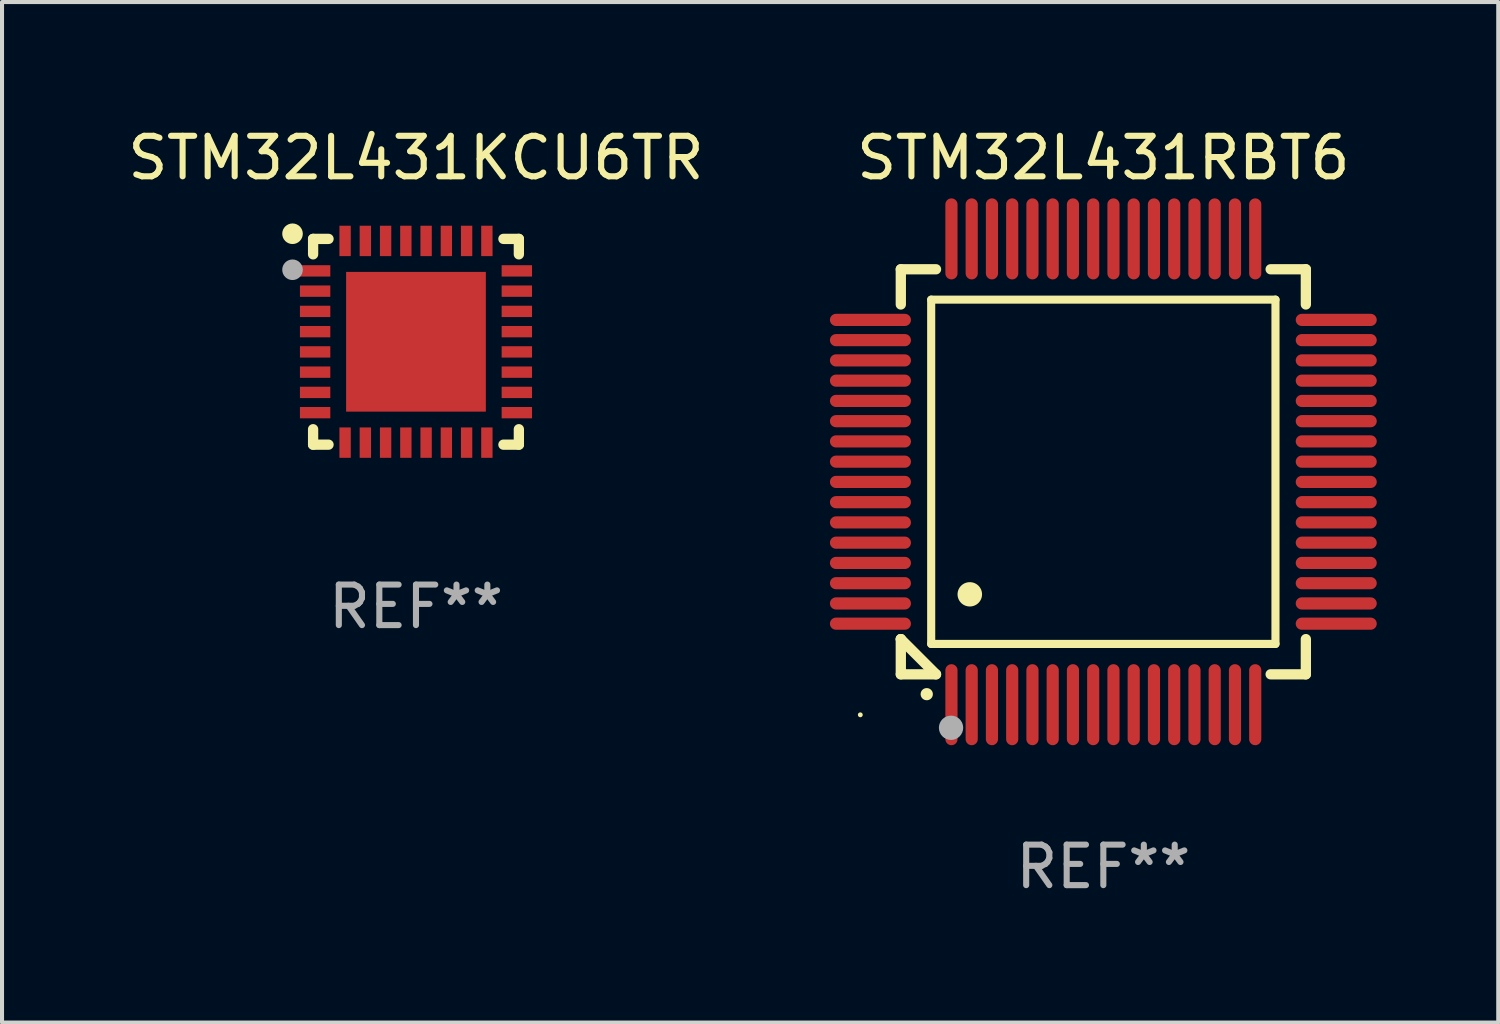
<source format=kicad_pcb>
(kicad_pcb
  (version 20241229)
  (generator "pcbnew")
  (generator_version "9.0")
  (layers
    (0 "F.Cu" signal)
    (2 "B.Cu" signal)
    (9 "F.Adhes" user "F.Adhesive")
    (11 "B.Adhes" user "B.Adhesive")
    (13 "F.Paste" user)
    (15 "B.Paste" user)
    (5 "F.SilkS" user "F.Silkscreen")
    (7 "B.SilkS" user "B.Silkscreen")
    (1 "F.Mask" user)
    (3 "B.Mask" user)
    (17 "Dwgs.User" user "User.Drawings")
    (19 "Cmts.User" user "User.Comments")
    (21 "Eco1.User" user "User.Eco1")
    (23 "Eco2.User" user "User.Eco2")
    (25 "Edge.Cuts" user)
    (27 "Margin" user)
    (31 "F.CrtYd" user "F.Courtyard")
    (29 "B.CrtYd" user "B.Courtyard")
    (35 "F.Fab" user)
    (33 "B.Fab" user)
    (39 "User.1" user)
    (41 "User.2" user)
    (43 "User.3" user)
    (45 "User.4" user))
  (footprint "STM32L431KCU6TR"
    (layer "F.Cu")
    (at 7.22 5.388)
    (property "Reference" "STM32L431KCU6TR" (at 0 -4.54 0) (layer "F.SilkS") (effects (font (size 1 1) (thickness 0.15))))
    (attr through_hole)
    (fp_line (start -2.54 -2.54) (end -2.159 -2.54) (stroke (width 0.254) (type solid)) (layer "F.SilkS"))
    (fp_line (start -2.54 -2.159) (end -2.54 -2.54) (stroke (width 0.254) (type solid)) (layer "F.SilkS"))
    (fp_line (start -2.54 2.54) (end -2.54 2.159) (stroke (width 0.254) (type solid)) (layer "F.SilkS"))
    (fp_line (start -2.159 2.54) (end -2.54 2.54) (stroke (width 0.254) (type solid)) (layer "F.SilkS"))
    (fp_line (start 2.159 -2.54) (end 2.54 -2.54) (stroke (width 0.254) (type solid)) (layer "F.SilkS"))
    (fp_line (start 2.54 -2.54) (end 2.54 -2.159) (stroke (width 0.254) (type solid)) (layer "F.SilkS"))
    (fp_line (start 2.54 2.159) (end 2.54 2.54) (stroke (width 0.254) (type solid)) (layer "F.SilkS"))
    (fp_line (start 2.54 2.54) (end 2.159 2.54) (stroke (width 0.254) (type solid)) (layer "F.SilkS"))
    (fp_circle (center -3.048 -2.667) (end -2.921 -2.667) (stroke (width 0.254) (type solid)) (fill no) (layer "F.SilkS"))
    (fp_circle (center -2.5 -2.5) (end -2.47 -2.5) (stroke (width 0.06) (type solid)) (fill no) (layer "F.SilkS"))
    (fp_circle (center -3.048 -1.778) (end -2.921 -1.778) (stroke (width 0.254) (type solid)) (fill no) (layer "F.Fab"))
    (fp_text user "REF**" (at 0 6.54 0) (layer "F.Fab") (effects (font (size 1 1) (thickness 0.15))))
    (pad "1" smd rect (at -2.49 -1.75) (size 0.75 0.28) (layers "F.Cu" "F.Mask" "F.Paste"))
    (pad "2" smd rect (at -2.49 -1.25) (size 0.75 0.28) (layers "F.Cu" "F.Mask" "F.Paste"))
    (pad "3" smd rect (at -2.49 -0.75) (size 0.75 0.28) (layers "F.Cu" "F.Mask" "F.Paste"))
    (pad "4" smd rect (at -2.49 -0.25) (size 0.75 0.28) (layers "F.Cu" "F.Mask" "F.Paste"))
    (pad "5" smd rect (at -2.49 0.25) (size 0.75 0.28) (layers "F.Cu" "F.Mask" "F.Paste"))
    (pad "6" smd rect (at -2.49 0.75) (size 0.75 0.28) (layers "F.Cu" "F.Mask" "F.Paste"))
    (pad "7" smd rect (at -2.49 1.25) (size 0.75 0.28) (layers "F.Cu" "F.Mask" "F.Paste"))
    (pad "8" smd rect (at -2.49 1.75) (size 0.75 0.28) (layers "F.Cu" "F.Mask" "F.Paste"))
    (pad "9" smd rect (at -1.75 2.49) (size 0.28 0.75) (layers "F.Cu" "F.Mask" "F.Paste"))
    (pad "10" smd rect (at -1.25 2.49) (size 0.28 0.75) (layers "F.Cu" "F.Mask" "F.Paste"))
    (pad "11" smd rect (at -0.75 2.49) (size 0.28 0.75) (layers "F.Cu" "F.Mask" "F.Paste"))
    (pad "12" smd rect (at -0.25 2.49) (size 0.28 0.75) (layers "F.Cu" "F.Mask" "F.Paste"))
    (pad "13" smd rect (at 0.25 2.49) (size 0.28 0.75) (layers "F.Cu" "F.Mask" "F.Paste"))
    (pad "14" smd rect (at 0.75 2.49) (size 0.28 0.75) (layers "F.Cu" "F.Mask" "F.Paste"))
    (pad "15" smd rect (at 1.25 2.49) (size 0.28 0.75) (layers "F.Cu" "F.Mask" "F.Paste"))
    (pad "16" smd rect (at 1.75 2.49) (size 0.28 0.75) (layers "F.Cu" "F.Mask" "F.Paste"))
    (pad "17" smd rect (at 2.49 1.75) (size 0.75 0.28) (layers "F.Cu" "F.Mask" "F.Paste"))
    (pad "18" smd rect (at 2.49 1.25) (size 0.75 0.28) (layers "F.Cu" "F.Mask" "F.Paste"))
    (pad "19" smd rect (at 2.49 0.75) (size 0.75 0.28) (layers "F.Cu" "F.Mask" "F.Paste"))
    (pad "20" smd rect (at 2.49 0.25) (size 0.75 0.28) (layers "F.Cu" "F.Mask" "F.Paste"))
    (pad "21" smd rect (at 2.49 -0.25) (size 0.75 0.28) (layers "F.Cu" "F.Mask" "F.Paste"))
    (pad "22" smd rect (at 2.49 -0.75) (size 0.75 0.28) (layers "F.Cu" "F.Mask" "F.Paste"))
    (pad "23" smd rect (at 2.49 -1.25) (size 0.75 0.28) (layers "F.Cu" "F.Mask" "F.Paste"))
    (pad "24" smd rect (at 2.49 -1.75) (size 0.75 0.28) (layers "F.Cu" "F.Mask" "F.Paste"))
    (pad "25" smd rect (at 1.75 -2.49) (size 0.28 0.75) (layers "F.Cu" "F.Mask" "F.Paste"))
    (pad "26" smd rect (at 1.25 -2.49) (size 0.28 0.75) (layers "F.Cu" "F.Mask" "F.Paste"))
    (pad "27" smd rect (at 0.75 -2.49) (size 0.28 0.75) (layers "F.Cu" "F.Mask" "F.Paste"))
    (pad "28" smd rect (at 0.25 -2.49) (size 0.28 0.75) (layers "F.Cu" "F.Mask" "F.Paste"))
    (pad "29" smd rect (at -0.25 -2.49) (size 0.28 0.75) (layers "F.Cu" "F.Mask" "F.Paste"))
    (pad "30" smd rect (at -0.75 -2.49) (size 0.28 0.75) (layers "F.Cu" "F.Mask" "F.Paste"))
    (pad "31" smd rect (at -1.25 -2.49) (size 0.28 0.75) (layers "F.Cu" "F.Mask" "F.Paste"))
    (pad "32" smd rect (at -1.75 -2.49) (size 0.28 0.75) (layers "F.Cu" "F.Mask" "F.Paste"))
    (pad "33" smd rect (at 0 0) (size 3.45 3.45) (layers "F.Cu" "F.Mask" "F.Paste")))
  (footprint "STM32L431RBT6"
    (layer "F.Cu")
    (at 24.19 8.598)
    (property "Reference" "STM32L431RBT6" (at 0 -7.75 0) (layer "F.SilkS") (effects (font (size 1 1) (thickness 0.15))))
    (attr through_hole)
    (fp_line (start -5 -5) (end -4.131 -5) (stroke (width 0.254) (type solid)) (layer "F.SilkS"))
    (fp_line (start -5 -4.131) (end -5 -5) (stroke (width 0.254) (type solid)) (layer "F.SilkS"))
    (fp_line (start -5 4.131) (end -5 4.131) (stroke (width 0.254) (type solid)) (layer "F.SilkS"))
    (fp_line (start -5 5) (end -5 4.131) (stroke (width 0.254) (type solid)) (layer "F.SilkS"))
    (fp_line (start -5 4.131) (end -4.131 5) (stroke (width 0.254) (type solid)) (layer "F.SilkS"))
    (fp_line (start -4.25 -4.25) (end -4.25 4.25) (stroke (width 0.2) (type solid)) (layer "F.SilkS"))
    (fp_line (start -4.25 4.25) (end 4.25 4.25) (stroke (width 0.2) (type solid)) (layer "F.SilkS"))
    (fp_line (start -4.131 5) (end -5 5) (stroke (width 0.254) (type solid)) (layer "F.SilkS"))
    (fp_line (start 4.25 -4.25) (end -4.25 -4.25) (stroke (width 0.2) (type solid)) (layer "F.SilkS"))
    (fp_line (start 4.25 4.25) (end 4.25 -4.25) (stroke (width 0.2) (type solid)) (layer "F.SilkS"))
    (fp_line (start 5 -5) (end 4.131 -5) (stroke (width 0.254) (type solid)) (layer "F.SilkS"))
    (fp_line (start 5 -5) (end 5 -4.131) (stroke (width 0.254) (type solid)) (layer "F.SilkS"))
    (fp_line (start 5 4.131) (end 5 5) (stroke (width 0.254) (type solid)) (layer "F.SilkS"))
    (fp_line (start 5 5) (end 4.131 5) (stroke (width 0.254) (type solid)) (layer "F.SilkS"))
    (fp_arc (start -4.361265 5.489992) (mid -4.359995 5.489987) (end -4.358725 5.489992) (stroke (width 0.3) (type solid)) (layer "F.SilkS"))
    (fp_arc (start -3.299467 3.025146) (mid -3.296927 3.025135) (end -3.294387 3.025146) (stroke (width 0.6) (type solid)) (layer "F.SilkS"))
    (fp_circle (center -6 6) (end -5.97 6) (stroke (width 0.06) (type solid)) (fill no) (layer "F.SilkS"))
    (fp_circle (center -3.76 6.32) (end -3.61 6.32) (stroke (width 0.3) (type solid)) (fill no) (layer "F.Fab"))
    (fp_text user "REF**" (at 0 9.75 0) (layer "F.Fab") (effects (font (size 1 1) (thickness 0.15))))
    (pad "1" smd oval (at -3.75 5.75) (size 0.3 2) (layers "F.Cu" "F.Mask" "F.Paste"))
    (pad "2" smd oval (at -3.25 5.75) (size 0.3 2) (layers "F.Cu" "F.Mask" "F.Paste"))
    (pad "3" smd oval (at -2.75 5.75) (size 0.3 2) (layers "F.Cu" "F.Mask" "F.Paste"))
    (pad "4" smd oval (at -2.25 5.75) (size 0.3 2) (layers "F.Cu" "F.Mask" "F.Paste"))
    (pad "5" smd oval (at -1.75 5.75) (size 0.3 2) (layers "F.Cu" "F.Mask" "F.Paste"))
    (pad "6" smd oval (at -1.25 5.75) (size 0.3 2) (layers "F.Cu" "F.Mask" "F.Paste"))
    (pad "7" smd oval (at -0.75 5.75) (size 0.3 2) (layers "F.Cu" "F.Mask" "F.Paste"))
    (pad "8" smd oval (at -0.25 5.75) (size 0.3 2) (layers "F.Cu" "F.Mask" "F.Paste"))
    (pad "9" smd oval (at 0.25 5.75) (size 0.3 2) (layers "F.Cu" "F.Mask" "F.Paste"))
    (pad "10" smd oval (at 0.75 5.75) (size 0.3 2) (layers "F.Cu" "F.Mask" "F.Paste"))
    (pad "11" smd oval (at 1.25 5.75) (size 0.3 2) (layers "F.Cu" "F.Mask" "F.Paste"))
    (pad "12" smd oval (at 1.75 5.75) (size 0.3 2) (layers "F.Cu" "F.Mask" "F.Paste"))
    (pad "13" smd oval (at 2.25 5.75) (size 0.3 2) (layers "F.Cu" "F.Mask" "F.Paste"))
    (pad "14" smd oval (at 2.75 5.75) (size 0.3 2) (layers "F.Cu" "F.Mask" "F.Paste"))
    (pad "15" smd oval (at 3.25 5.75) (size 0.3 2) (layers "F.Cu" "F.Mask" "F.Paste"))
    (pad "16" smd oval (at 3.75 5.75) (size 0.3 2) (layers "F.Cu" "F.Mask" "F.Paste"))
    (pad "17" smd oval (at 5.75 3.75) (size 2 0.3) (layers "F.Cu" "F.Mask" "F.Paste"))
    (pad "18" smd oval (at 5.75 3.25) (size 2 0.3) (layers "F.Cu" "F.Mask" "F.Paste"))
    (pad "19" smd oval (at 5.75 2.75) (size 2 0.3) (layers "F.Cu" "F.Mask" "F.Paste"))
    (pad "20" smd oval (at 5.75 2.25) (size 2 0.3) (layers "F.Cu" "F.Mask" "F.Paste"))
    (pad "21" smd oval (at 5.75 1.75) (size 2 0.3) (layers "F.Cu" "F.Mask" "F.Paste"))
    (pad "22" smd oval (at 5.75 1.25) (size 2 0.3) (layers "F.Cu" "F.Mask" "F.Paste"))
    (pad "23" smd oval (at 5.75 0.75) (size 2 0.3) (layers "F.Cu" "F.Mask" "F.Paste"))
    (pad "24" smd oval (at 5.75 0.25) (size 2 0.3) (layers "F.Cu" "F.Mask" "F.Paste"))
    (pad "25" smd oval (at 5.75 -0.25) (size 2 0.3) (layers "F.Cu" "F.Mask" "F.Paste"))
    (pad "26" smd oval (at 5.75 -0.75) (size 2 0.3) (layers "F.Cu" "F.Mask" "F.Paste"))
    (pad "27" smd oval (at 5.75 -1.25) (size 2 0.3) (layers "F.Cu" "F.Mask" "F.Paste"))
    (pad "28" smd oval (at 5.75 -1.75) (size 2 0.3) (layers "F.Cu" "F.Mask" "F.Paste"))
    (pad "29" smd oval (at 5.75 -2.25) (size 2 0.3) (layers "F.Cu" "F.Mask" "F.Paste"))
    (pad "30" smd oval (at 5.75 -2.75) (size 2 0.3) (layers "F.Cu" "F.Mask" "F.Paste"))
    (pad "31" smd oval (at 5.75 -3.25) (size 2 0.3) (layers "F.Cu" "F.Mask" "F.Paste"))
    (pad "32" smd oval (at 5.75 -3.75) (size 2 0.3) (layers "F.Cu" "F.Mask" "F.Paste"))
    (pad "33" smd oval (at 3.75 -5.75) (size 0.3 2) (layers "F.Cu" "F.Mask" "F.Paste"))
    (pad "34" smd oval (at 3.25 -5.75) (size 0.3 2) (layers "F.Cu" "F.Mask" "F.Paste"))
    (pad "35" smd oval (at 2.75 -5.75) (size 0.3 2) (layers "F.Cu" "F.Mask" "F.Paste"))
    (pad "36" smd oval (at 2.25 -5.75) (size 0.3 2) (layers "F.Cu" "F.Mask" "F.Paste"))
    (pad "37" smd oval (at 1.75 -5.75) (size 0.3 2) (layers "F.Cu" "F.Mask" "F.Paste"))
    (pad "38" smd oval (at 1.25 -5.75) (size 0.3 2) (layers "F.Cu" "F.Mask" "F.Paste"))
    (pad "39" smd oval (at 0.75 -5.75) (size 0.3 2) (layers "F.Cu" "F.Mask" "F.Paste"))
    (pad "40" smd oval (at 0.25 -5.75) (size 0.3 2) (layers "F.Cu" "F.Mask" "F.Paste"))
    (pad "41" smd oval (at -0.25 -5.75) (size 0.3 2) (layers "F.Cu" "F.Mask" "F.Paste"))
    (pad "42" smd oval (at -0.75 -5.75) (size 0.3 2) (layers "F.Cu" "F.Mask" "F.Paste"))
    (pad "43" smd oval (at -1.25 -5.75) (size 0.3 2) (layers "F.Cu" "F.Mask" "F.Paste"))
    (pad "44" smd oval (at -1.75 -5.75) (size 0.3 2) (layers "F.Cu" "F.Mask" "F.Paste"))
    (pad "45" smd oval (at -2.25 -5.75) (size 0.3 2) (layers "F.Cu" "F.Mask" "F.Paste"))
    (pad "46" smd oval (at -2.75 -5.75) (size 0.3 2) (layers "F.Cu" "F.Mask" "F.Paste"))
    (pad "47" smd oval (at -3.25 -5.75) (size 0.3 2) (layers "F.Cu" "F.Mask" "F.Paste"))
    (pad "48" smd oval (at -3.75 -5.75) (size 0.3 2) (layers "F.Cu" "F.Mask" "F.Paste"))
    (pad "49" smd oval (at -5.75 -3.75) (size 2 0.3) (layers "F.Cu" "F.Mask" "F.Paste"))
    (pad "50" smd oval (at -5.75 -3.25) (size 2 0.3) (layers "F.Cu" "F.Mask" "F.Paste"))
    (pad "51" smd oval (at -5.75 -2.75) (size 2 0.3) (layers "F.Cu" "F.Mask" "F.Paste"))
    (pad "52" smd oval (at -5.75 -2.25) (size 2 0.3) (layers "F.Cu" "F.Mask" "F.Paste"))
    (pad "53" smd oval (at -5.75 -1.75) (size 2 0.3) (layers "F.Cu" "F.Mask" "F.Paste"))
    (pad "54" smd oval (at -5.75 -1.25) (size 2 0.3) (layers "F.Cu" "F.Mask" "F.Paste"))
    (pad "55" smd oval (at -5.75 -0.75) (size 2 0.3) (layers "F.Cu" "F.Mask" "F.Paste"))
    (pad "56" smd oval (at -5.75 -0.25) (size 2 0.3) (layers "F.Cu" "F.Mask" "F.Paste"))
    (pad "57" smd oval (at -5.75 0.25) (size 2 0.3) (layers "F.Cu" "F.Mask" "F.Paste"))
    (pad "58" smd oval (at -5.75 0.75) (size 2 0.3) (layers "F.Cu" "F.Mask" "F.Paste"))
    (pad "59" smd oval (at -5.75 1.25) (size 2 0.3) (layers "F.Cu" "F.Mask" "F.Paste"))
    (pad "60" smd oval (at -5.75 1.75) (size 2 0.3) (layers "F.Cu" "F.Mask" "F.Paste"))
    (pad "61" smd oval (at -5.75 2.25) (size 2 0.3) (layers "F.Cu" "F.Mask" "F.Paste"))
    (pad "62" smd oval (at -5.75 2.75) (size 2 0.3) (layers "F.Cu" "F.Mask" "F.Paste"))
    (pad "63" smd oval (at -5.75 3.25) (size 2 0.3) (layers "F.Cu" "F.Mask" "F.Paste"))
    (pad "64" smd oval (at -5.75 3.75) (size 2 0.3) (layers "F.Cu" "F.Mask" "F.Paste")))
  (gr_rect
    (start -3 -3)
    (end 33.94 22.196)
    (stroke (width 0.1) (type default))
    (fill no)
    (layer "Edge.Cuts")))
</source>
